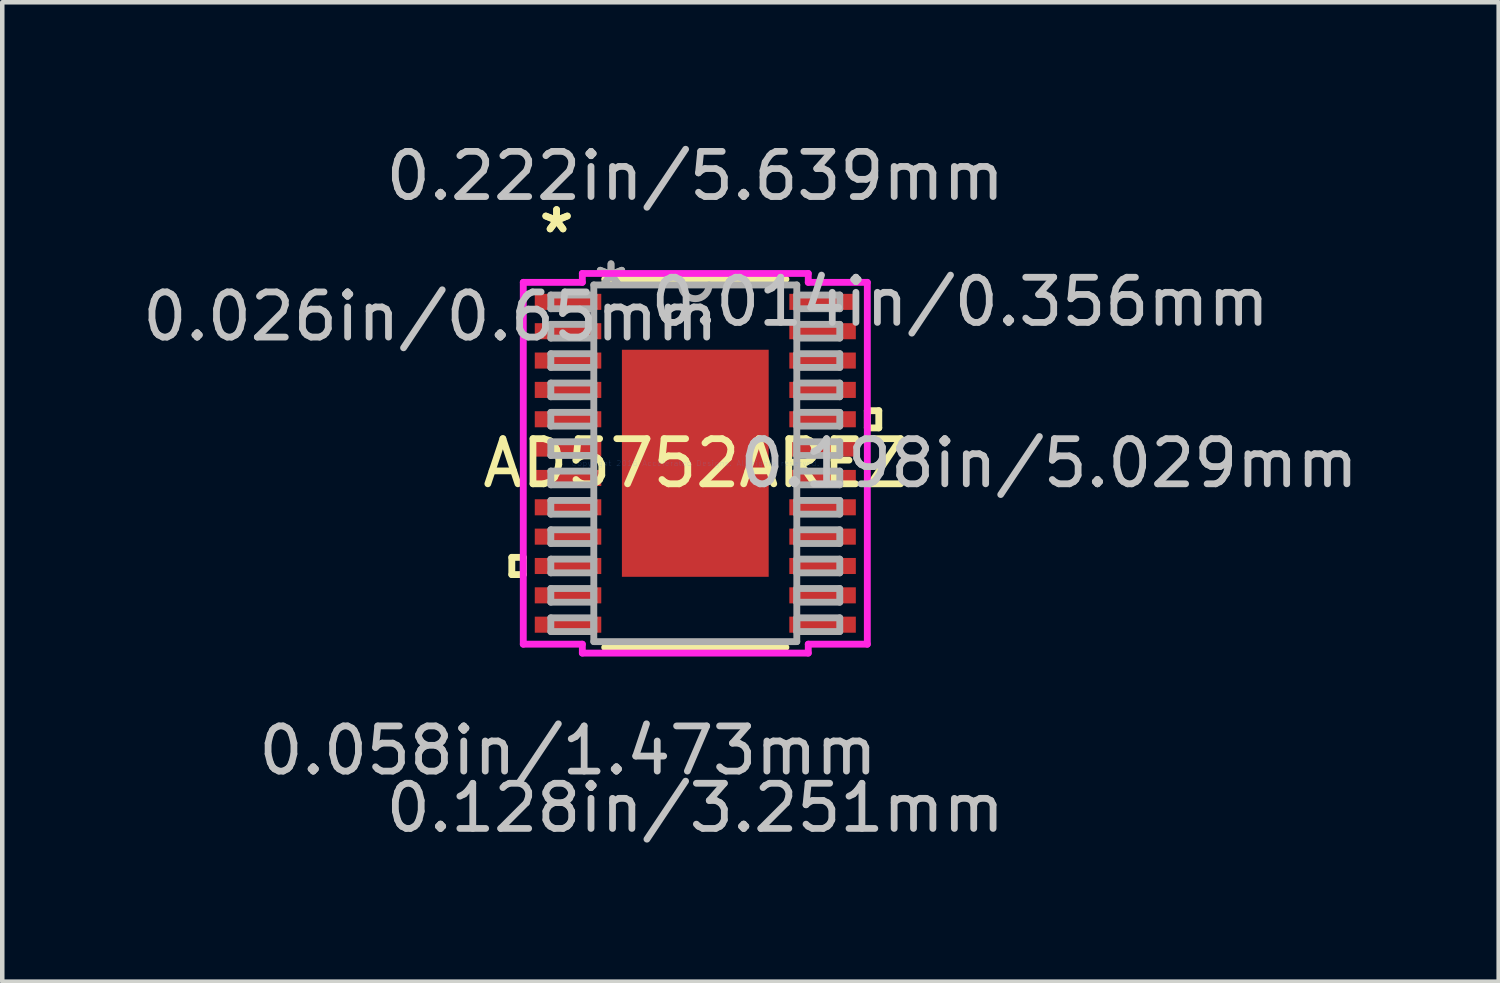
<source format=kicad_pcb>
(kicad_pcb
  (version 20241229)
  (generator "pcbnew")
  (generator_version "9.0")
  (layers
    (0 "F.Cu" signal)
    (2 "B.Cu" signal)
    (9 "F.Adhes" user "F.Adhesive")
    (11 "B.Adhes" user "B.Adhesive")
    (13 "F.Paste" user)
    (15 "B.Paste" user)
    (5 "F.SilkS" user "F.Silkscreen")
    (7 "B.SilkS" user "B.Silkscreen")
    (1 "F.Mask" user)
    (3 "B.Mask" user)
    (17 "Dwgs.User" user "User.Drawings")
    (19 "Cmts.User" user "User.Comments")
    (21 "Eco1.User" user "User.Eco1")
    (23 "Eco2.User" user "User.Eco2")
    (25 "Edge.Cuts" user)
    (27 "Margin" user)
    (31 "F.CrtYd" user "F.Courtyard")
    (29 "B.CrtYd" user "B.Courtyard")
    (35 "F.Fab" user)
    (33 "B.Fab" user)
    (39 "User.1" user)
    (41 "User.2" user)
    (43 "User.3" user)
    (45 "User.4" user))
  (footprint "AD5752AREZ"
    (layer "F.Cu")
    (at 12.35 7.211)
    (property "Reference" "AD5752AREZ" (at 0 0 0) (layer "F.SilkS") (effects (font (size 1 1) (thickness 0.15))))
    (attr through_hole)
    (fp_line (start -4.064 2.084) (end -4.064 2.465) (stroke (width 0.152) (type solid)) (layer "F.SilkS"))
    (fp_line (start -4.064 2.465) (end -3.81 2.465) (stroke (width 0.152) (type solid)) (layer "F.SilkS"))
    (fp_line (start -3.81 2.084) (end -4.064 2.084) (stroke (width 0.152) (type solid)) (layer "F.SilkS"))
    (fp_line (start -3.81 2.465) (end -3.81 2.084) (stroke (width 0.152) (type solid)) (layer "F.SilkS"))
    (fp_line (start -2.007 4.077) (end 2.007 4.077) (stroke (width 0.152) (type solid)) (layer "F.SilkS"))
    (fp_line (start 2.007 -4.077) (end -2.007 -4.077) (stroke (width 0.152) (type solid)) (layer "F.SilkS"))
    (fp_line (start 3.81 -1.165) (end 4.064 -1.165) (stroke (width 0.152) (type solid)) (layer "F.SilkS"))
    (fp_line (start 3.81 -0.784) (end 3.81 -1.165) (stroke (width 0.152) (type solid)) (layer "F.SilkS"))
    (fp_line (start 4.064 -1.165) (end 4.064 -0.784) (stroke (width 0.152) (type solid)) (layer "F.SilkS"))
    (fp_line (start 4.064 -0.784) (end 3.81 -0.784) (stroke (width 0.152) (type solid)) (layer "F.SilkS"))
    (fp_line (start -1.526 -2.415) (end -1.526 -0.938) (stroke (width 0.152) (type solid)) (layer "F.Paste"))
    (fp_line (start -1.526 -0.938) (end -0.1 -0.938) (stroke (width 0.152) (type solid)) (layer "F.Paste"))
    (fp_line (start -1.526 -0.738) (end -1.526 0.738) (stroke (width 0.152) (type solid)) (layer "F.Paste"))
    (fp_line (start -1.526 0.738) (end -0.1 0.738) (stroke (width 0.152) (type solid)) (layer "F.Paste"))
    (fp_line (start -1.526 0.938) (end -1.526 2.415) (stroke (width 0.152) (type solid)) (layer "F.Paste"))
    (fp_line (start -1.526 2.415) (end -0.1 2.415) (stroke (width 0.152) (type solid)) (layer "F.Paste"))
    (fp_line (start -0.1 -2.415) (end -1.526 -2.415) (stroke (width 0.152) (type solid)) (layer "F.Paste"))
    (fp_line (start -0.1 -0.938) (end -0.1 -2.415) (stroke (width 0.152) (type solid)) (layer "F.Paste"))
    (fp_line (start -0.1 -0.738) (end -1.526 -0.738) (stroke (width 0.152) (type solid)) (layer "F.Paste"))
    (fp_line (start -0.1 0.738) (end -0.1 -0.738) (stroke (width 0.152) (type solid)) (layer "F.Paste"))
    (fp_line (start -0.1 0.938) (end -1.526 0.938) (stroke (width 0.152) (type solid)) (layer "F.Paste"))
    (fp_line (start -0.1 2.415) (end -0.1 0.938) (stroke (width 0.152) (type solid)) (layer "F.Paste"))
    (fp_line (start 0.1 -2.415) (end 0.1 -0.938) (stroke (width 0.152) (type solid)) (layer "F.Paste"))
    (fp_line (start 0.1 -0.938) (end 1.526 -0.938) (stroke (width 0.152) (type solid)) (layer "F.Paste"))
    (fp_line (start 0.1 -0.738) (end 0.1 0.738) (stroke (width 0.152) (type solid)) (layer "F.Paste"))
    (fp_line (start 0.1 0.738) (end 1.526 0.738) (stroke (width 0.152) (type solid)) (layer "F.Paste"))
    (fp_line (start 0.1 0.938) (end 0.1 2.415) (stroke (width 0.152) (type solid)) (layer "F.Paste"))
    (fp_line (start 0.1 2.415) (end 1.526 2.415) (stroke (width 0.152) (type solid)) (layer "F.Paste"))
    (fp_line (start 1.526 -2.415) (end 0.1 -2.415) (stroke (width 0.152) (type solid)) (layer "F.Paste"))
    (fp_line (start 1.526 -0.938) (end 1.526 -2.415) (stroke (width 0.152) (type solid)) (layer "F.Paste"))
    (fp_line (start 1.526 -0.738) (end 0.1 -0.738) (stroke (width 0.152) (type solid)) (layer "F.Paste"))
    (fp_line (start 1.526 0.738) (end 1.526 -0.738) (stroke (width 0.152) (type solid)) (layer "F.Paste"))
    (fp_line (start 1.526 0.938) (end 0.1 0.938) (stroke (width 0.152) (type solid)) (layer "F.Paste"))
    (fp_line (start 1.526 2.415) (end 1.526 0.938) (stroke (width 0.152) (type solid)) (layer "F.Paste"))
    (fp_line (start -3.81 -4.007) (end -2.502 -4.007) (stroke (width 0.152) (type solid)) (layer "F.CrtYd"))
    (fp_line (start -3.81 4.007) (end -3.81 -4.007) (stroke (width 0.152) (type solid)) (layer "F.CrtYd"))
    (fp_line (start -2.502 -4.204) (end 2.502 -4.204) (stroke (width 0.152) (type solid)) (layer "F.CrtYd"))
    (fp_line (start -2.502 -4.007) (end -2.502 -4.204) (stroke (width 0.152) (type solid)) (layer "F.CrtYd"))
    (fp_line (start -2.502 4.007) (end -3.81 4.007) (stroke (width 0.152) (type solid)) (layer "F.CrtYd"))
    (fp_line (start -2.502 4.204) (end -2.502 4.007) (stroke (width 0.152) (type solid)) (layer "F.CrtYd"))
    (fp_line (start 2.502 -4.204) (end 2.502 -4.007) (stroke (width 0.152) (type solid)) (layer "F.CrtYd"))
    (fp_line (start 2.502 -4.007) (end 3.81 -4.007) (stroke (width 0.152) (type solid)) (layer "F.CrtYd"))
    (fp_line (start 2.502 4.007) (end 2.502 4.204) (stroke (width 0.152) (type solid)) (layer "F.CrtYd"))
    (fp_line (start 2.502 4.204) (end -2.502 4.204) (stroke (width 0.152) (type solid)) (layer "F.CrtYd"))
    (fp_line (start 3.81 -4.007) (end 3.81 4.007) (stroke (width 0.152) (type solid)) (layer "F.CrtYd"))
    (fp_line (start 3.81 4.007) (end 2.502 4.007) (stroke (width 0.152) (type solid)) (layer "F.CrtYd"))
    (fp_line (start -3.2 -3.727) (end -3.2 -3.423) (stroke (width 0.152) (type solid)) (layer "F.Fab"))
    (fp_line (start -3.2 -3.423) (end -2.248 -3.423) (stroke (width 0.152) (type solid)) (layer "F.Fab"))
    (fp_line (start -3.2 -3.077) (end -3.2 -2.773) (stroke (width 0.152) (type solid)) (layer "F.Fab"))
    (fp_line (start -3.2 -2.773) (end -2.248 -2.773) (stroke (width 0.152) (type solid)) (layer "F.Fab"))
    (fp_line (start -3.2 -2.427) (end -3.2 -2.123) (stroke (width 0.152) (type solid)) (layer "F.Fab"))
    (fp_line (start -3.2 -2.123) (end -2.248 -2.123) (stroke (width 0.152) (type solid)) (layer "F.Fab"))
    (fp_line (start -3.2 -1.777) (end -3.2 -1.473) (stroke (width 0.152) (type solid)) (layer "F.Fab"))
    (fp_line (start -3.2 -1.473) (end -2.248 -1.473) (stroke (width 0.152) (type solid)) (layer "F.Fab"))
    (fp_line (start -3.2 -1.127) (end -3.2 -0.823) (stroke (width 0.152) (type solid)) (layer "F.Fab"))
    (fp_line (start -3.2 -0.823) (end -2.248 -0.823) (stroke (width 0.152) (type solid)) (layer "F.Fab"))
    (fp_line (start -3.2 -0.477) (end -3.2 -0.173) (stroke (width 0.152) (type solid)) (layer "F.Fab"))
    (fp_line (start -3.2 -0.173) (end -2.248 -0.173) (stroke (width 0.152) (type solid)) (layer "F.Fab"))
    (fp_line (start -3.2 0.173) (end -3.2 0.477) (stroke (width 0.152) (type solid)) (layer "F.Fab"))
    (fp_line (start -3.2 0.477) (end -2.248 0.477) (stroke (width 0.152) (type solid)) (layer "F.Fab"))
    (fp_line (start -3.2 0.823) (end -3.2 1.127) (stroke (width 0.152) (type solid)) (layer "F.Fab"))
    (fp_line (start -3.2 1.127) (end -2.248 1.127) (stroke (width 0.152) (type solid)) (layer "F.Fab"))
    (fp_line (start -3.2 1.473) (end -3.2 1.777) (stroke (width 0.152) (type solid)) (layer "F.Fab"))
    (fp_line (start -3.2 1.777) (end -2.248 1.777) (stroke (width 0.152) (type solid)) (layer "F.Fab"))
    (fp_line (start -3.2 2.123) (end -3.2 2.427) (stroke (width 0.152) (type solid)) (layer "F.Fab"))
    (fp_line (start -3.2 2.427) (end -2.248 2.427) (stroke (width 0.152) (type solid)) (layer "F.Fab"))
    (fp_line (start -3.2 2.773) (end -3.2 3.077) (stroke (width 0.152) (type solid)) (layer "F.Fab"))
    (fp_line (start -3.2 3.077) (end -2.248 3.077) (stroke (width 0.152) (type solid)) (layer "F.Fab"))
    (fp_line (start -3.2 3.423) (end -3.2 3.727) (stroke (width 0.152) (type solid)) (layer "F.Fab"))
    (fp_line (start -3.2 3.727) (end -2.248 3.727) (stroke (width 0.152) (type solid)) (layer "F.Fab"))
    (fp_line (start -2.248 -3.95) (end -2.248 3.95) (stroke (width 0.152) (type solid)) (layer "F.Fab"))
    (fp_line (start -2.248 -3.727) (end -3.2 -3.727) (stroke (width 0.152) (type solid)) (layer "F.Fab"))
    (fp_line (start -2.248 -3.423) (end -2.248 -3.727) (stroke (width 0.152) (type solid)) (layer "F.Fab"))
    (fp_line (start -2.248 -3.077) (end -3.2 -3.077) (stroke (width 0.152) (type solid)) (layer "F.Fab"))
    (fp_line (start -2.248 -2.773) (end -2.248 -3.077) (stroke (width 0.152) (type solid)) (layer "F.Fab"))
    (fp_line (start -2.248 -2.427) (end -3.2 -2.427) (stroke (width 0.152) (type solid)) (layer "F.Fab"))
    (fp_line (start -2.248 -2.123) (end -2.248 -2.427) (stroke (width 0.152) (type solid)) (layer "F.Fab"))
    (fp_line (start -2.248 -1.777) (end -3.2 -1.777) (stroke (width 0.152) (type solid)) (layer "F.Fab"))
    (fp_line (start -2.248 -1.473) (end -2.248 -1.777) (stroke (width 0.152) (type solid)) (layer "F.Fab"))
    (fp_line (start -2.248 -1.127) (end -3.2 -1.127) (stroke (width 0.152) (type solid)) (layer "F.Fab"))
    (fp_line (start -2.248 -0.823) (end -2.248 -1.127) (stroke (width 0.152) (type solid)) (layer "F.Fab"))
    (fp_line (start -2.248 -0.477) (end -3.2 -0.477) (stroke (width 0.152) (type solid)) (layer "F.Fab"))
    (fp_line (start -2.248 -0.173) (end -2.248 -0.477) (stroke (width 0.152) (type solid)) (layer "F.Fab"))
    (fp_line (start -2.248 0.173) (end -3.2 0.173) (stroke (width 0.152) (type solid)) (layer "F.Fab"))
    (fp_line (start -2.248 0.477) (end -2.248 0.173) (stroke (width 0.152) (type solid)) (layer "F.Fab"))
    (fp_line (start -2.248 0.823) (end -3.2 0.823) (stroke (width 0.152) (type solid)) (layer "F.Fab"))
    (fp_line (start -2.248 1.127) (end -2.248 0.823) (stroke (width 0.152) (type solid)) (layer "F.Fab"))
    (fp_line (start -2.248 1.473) (end -3.2 1.473) (stroke (width 0.152) (type solid)) (layer "F.Fab"))
    (fp_line (start -2.248 1.777) (end -2.248 1.473) (stroke (width 0.152) (type solid)) (layer "F.Fab"))
    (fp_line (start -2.248 2.123) (end -3.2 2.123) (stroke (width 0.152) (type solid)) (layer "F.Fab"))
    (fp_line (start -2.248 2.427) (end -2.248 2.123) (stroke (width 0.152) (type solid)) (layer "F.Fab"))
    (fp_line (start -2.248 2.773) (end -3.2 2.773) (stroke (width 0.152) (type solid)) (layer "F.Fab"))
    (fp_line (start -2.248 3.077) (end -2.248 2.773) (stroke (width 0.152) (type solid)) (layer "F.Fab"))
    (fp_line (start -2.248 3.423) (end -3.2 3.423) (stroke (width 0.152) (type solid)) (layer "F.Fab"))
    (fp_line (start -2.248 3.727) (end -2.248 3.423) (stroke (width 0.152) (type solid)) (layer "F.Fab"))
    (fp_line (start -2.248 3.95) (end 2.248 3.95) (stroke (width 0.152) (type solid)) (layer "F.Fab"))
    (fp_line (start 2.248 -3.95) (end -2.248 -3.95) (stroke (width 0.152) (type solid)) (layer "F.Fab"))
    (fp_line (start 2.248 -3.727) (end 2.248 -3.423) (stroke (width 0.152) (type solid)) (layer "F.Fab"))
    (fp_line (start 2.248 -3.423) (end 3.2 -3.423) (stroke (width 0.152) (type solid)) (layer "F.Fab"))
    (fp_line (start 2.248 -3.077) (end 2.248 -2.773) (stroke (width 0.152) (type solid)) (layer "F.Fab"))
    (fp_line (start 2.248 -2.773) (end 3.2 -2.773) (stroke (width 0.152) (type solid)) (layer "F.Fab"))
    (fp_line (start 2.248 -2.427) (end 2.248 -2.123) (stroke (width 0.152) (type solid)) (layer "F.Fab"))
    (fp_line (start 2.248 -2.123) (end 3.2 -2.123) (stroke (width 0.152) (type solid)) (layer "F.Fab"))
    (fp_line (start 2.248 -1.777) (end 2.248 -1.473) (stroke (width 0.152) (type solid)) (layer "F.Fab"))
    (fp_line (start 2.248 -1.473) (end 3.2 -1.473) (stroke (width 0.152) (type solid)) (layer "F.Fab"))
    (fp_line (start 2.248 -1.127) (end 2.248 -0.823) (stroke (width 0.152) (type solid)) (layer "F.Fab"))
    (fp_line (start 2.248 -0.823) (end 3.2 -0.823) (stroke (width 0.152) (type solid)) (layer "F.Fab"))
    (fp_line (start 2.248 -0.477) (end 2.248 -0.173) (stroke (width 0.152) (type solid)) (layer "F.Fab"))
    (fp_line (start 2.248 -0.173) (end 3.2 -0.173) (stroke (width 0.152) (type solid)) (layer "F.Fab"))
    (fp_line (start 2.248 0.173) (end 2.248 0.477) (stroke (width 0.152) (type solid)) (layer "F.Fab"))
    (fp_line (start 2.248 0.477) (end 3.2 0.477) (stroke (width 0.152) (type solid)) (layer "F.Fab"))
    (fp_line (start 2.248 0.823) (end 2.248 1.127) (stroke (width 0.152) (type solid)) (layer "F.Fab"))
    (fp_line (start 2.248 1.127) (end 3.2 1.127) (stroke (width 0.152) (type solid)) (layer "F.Fab"))
    (fp_line (start 2.248 1.473) (end 2.248 1.777) (stroke (width 0.152) (type solid)) (layer "F.Fab"))
    (fp_line (start 2.248 1.777) (end 3.2 1.777) (stroke (width 0.152) (type solid)) (layer "F.Fab"))
    (fp_line (start 2.248 2.123) (end 2.248 2.427) (stroke (width 0.152) (type solid)) (layer "F.Fab"))
    (fp_line (start 2.248 2.427) (end 3.2 2.427) (stroke (width 0.152) (type solid)) (layer "F.Fab"))
    (fp_line (start 2.248 2.773) (end 2.248 3.077) (stroke (width 0.152) (type solid)) (layer "F.Fab"))
    (fp_line (start 2.248 3.077) (end 3.2 3.077) (stroke (width 0.152) (type solid)) (layer "F.Fab"))
    (fp_line (start 2.248 3.423) (end 2.248 3.727) (stroke (width 0.152) (type solid)) (layer "F.Fab"))
    (fp_line (start 2.248 3.727) (end 3.2 3.727) (stroke (width 0.152) (type solid)) (layer "F.Fab"))
    (fp_line (start 2.248 3.95) (end 2.248 -3.95) (stroke (width 0.152) (type solid)) (layer "F.Fab"))
    (fp_line (start 3.2 -3.727) (end 2.248 -3.727) (stroke (width 0.152) (type solid)) (layer "F.Fab"))
    (fp_line (start 3.2 -3.423) (end 3.2 -3.727) (stroke (width 0.152) (type solid)) (layer "F.Fab"))
    (fp_line (start 3.2 -3.077) (end 2.248 -3.077) (stroke (width 0.152) (type solid)) (layer "F.Fab"))
    (fp_line (start 3.2 -2.773) (end 3.2 -3.077) (stroke (width 0.152) (type solid)) (layer "F.Fab"))
    (fp_line (start 3.2 -2.427) (end 2.248 -2.427) (stroke (width 0.152) (type solid)) (layer "F.Fab"))
    (fp_line (start 3.2 -2.123) (end 3.2 -2.427) (stroke (width 0.152) (type solid)) (layer "F.Fab"))
    (fp_line (start 3.2 -1.777) (end 2.248 -1.777) (stroke (width 0.152) (type solid)) (layer "F.Fab"))
    (fp_line (start 3.2 -1.473) (end 3.2 -1.777) (stroke (width 0.152) (type solid)) (layer "F.Fab"))
    (fp_line (start 3.2 -1.127) (end 2.248 -1.127) (stroke (width 0.152) (type solid)) (layer "F.Fab"))
    (fp_line (start 3.2 -0.823) (end 3.2 -1.127) (stroke (width 0.152) (type solid)) (layer "F.Fab"))
    (fp_line (start 3.2 -0.477) (end 2.248 -0.477) (stroke (width 0.152) (type solid)) (layer "F.Fab"))
    (fp_line (start 3.2 -0.173) (end 3.2 -0.477) (stroke (width 0.152) (type solid)) (layer "F.Fab"))
    (fp_line (start 3.2 0.173) (end 2.248 0.173) (stroke (width 0.152) (type solid)) (layer "F.Fab"))
    (fp_line (start 3.2 0.477) (end 3.2 0.173) (stroke (width 0.152) (type solid)) (layer "F.Fab"))
    (fp_line (start 3.2 0.823) (end 2.248 0.823) (stroke (width 0.152) (type solid)) (layer "F.Fab"))
    (fp_line (start 3.2 1.127) (end 3.2 0.823) (stroke (width 0.152) (type solid)) (layer "F.Fab"))
    (fp_line (start 3.2 1.473) (end 2.248 1.473) (stroke (width 0.152) (type solid)) (layer "F.Fab"))
    (fp_line (start 3.2 1.777) (end 3.2 1.473) (stroke (width 0.152) (type solid)) (layer "F.Fab"))
    (fp_line (start 3.2 2.123) (end 2.248 2.123) (stroke (width 0.152) (type solid)) (layer "F.Fab"))
    (fp_line (start 3.2 2.427) (end 3.2 2.123) (stroke (width 0.152) (type solid)) (layer "F.Fab"))
    (fp_line (start 3.2 2.773) (end 2.248 2.773) (stroke (width 0.152) (type solid)) (layer "F.Fab"))
    (fp_line (start 3.2 3.077) (end 3.2 2.773) (stroke (width 0.152) (type solid)) (layer "F.Fab"))
    (fp_line (start 3.2 3.423) (end 2.248 3.423) (stroke (width 0.152) (type solid)) (layer "F.Fab"))
    (fp_line (start 3.2 3.727) (end 3.2 3.423) (stroke (width 0.152) (type solid)) (layer "F.Fab"))
    (fp_arc (start 0.3048 -3.9497) (mid 0 -3.6449) (end -0.3048 -3.9497) (stroke (width 0.1524) (type solid)) (layer "F.Fab"))
    (fp_text user "*" (at -3.073 -5.074 0) (layer "F.SilkS") (effects (font (size 1 1) (thickness 0.15))))
    (fp_text user "*" (at -3.073 -5.074 0) (layer "F.SilkS") (effects (font (size 1 1) (thickness 0.15))))
    (fp_text user "0.026in/0.65mm" (at -5.867 -3.25 0) (layer "Dwgs.User") (effects (font (size 1 1) (thickness 0.15))))
    (fp_text user "0.014in/0.356mm" (at 5.867 -3.575 0) (layer "Dwgs.User") (effects (font (size 1 1) (thickness 0.15))))
    (fp_text user "0.222in/5.639mm" (at 0 -6.363 0) (layer "Dwgs.User") (effects (font (size 1 1) (thickness 0.15))))
    (fp_text user "0.058in/1.473mm" (at -2.819 6.363 0) (layer "Dwgs.User") (effects (font (size 1 1) (thickness 0.15))))
    (fp_text user "0.198in/5.029mm" (at 7.836 0 0) (layer "Dwgs.User") (effects (font (size 1 1) (thickness 0.15))))
    (fp_text user "0.128in/3.251mm" (at 0 7.633 0) (layer "Dwgs.User") (effects (font (size 1 1) (thickness 0.15))))
    (fp_text user "Copyright 2016 Accelerated Designs. All rights reserved." (at 0 0 0) (layer "Cmts.User") (effects (font (size 0.127 0.127) (thickness 0.002))))
    (fp_text user "*" (at -1.867 -3.873 0) (layer "F.Fab") (effects (font (size 1 1) (thickness 0.15))))
    (fp_text user "*" (at -1.867 -3.873 0) (layer "F.Fab") (effects (font (size 1 1) (thickness 0.15))))
    (pad "1" smd rect (at -2.819 -3.575) (size 1.473 0.356) (layers "F.Cu" "F.Mask" "F.Paste"))
    (pad "2" smd rect (at -2.819 -2.925) (size 1.473 0.356) (layers "F.Cu" "F.Mask" "F.Paste"))
    (pad "3" smd rect (at -2.819 -2.275) (size 1.473 0.356) (layers "F.Cu" "F.Mask" "F.Paste"))
    (pad "4" smd rect (at -2.819 -1.625) (size 1.473 0.356) (layers "F.Cu" "F.Mask" "F.Paste"))
    (pad "5" smd rect (at -2.819 -0.975) (size 1.473 0.356) (layers "F.Cu" "F.Mask" "F.Paste"))
    (pad "6" smd rect (at -2.819 -0.325) (size 1.473 0.356) (layers "F.Cu" "F.Mask" "F.Paste"))
    (pad "7" smd rect (at -2.819 0.325) (size 1.473 0.356) (layers "F.Cu" "F.Mask" "F.Paste"))
    (pad "8" smd rect (at -2.819 0.975) (size 1.473 0.356) (layers "F.Cu" "F.Mask" "F.Paste"))
    (pad "9" smd rect (at -2.819 1.625) (size 1.473 0.356) (layers "F.Cu" "F.Mask" "F.Paste"))
    (pad "10" smd rect (at -2.819 2.275) (size 1.473 0.356) (layers "F.Cu" "F.Mask" "F.Paste"))
    (pad "11" smd rect (at -2.819 2.925) (size 1.473 0.356) (layers "F.Cu" "F.Mask" "F.Paste"))
    (pad "12" smd rect (at -2.819 3.575) (size 1.473 0.356) (layers "F.Cu" "F.Mask" "F.Paste"))
    (pad "13" smd rect (at 2.819 3.575) (size 1.473 0.356) (layers "F.Cu" "F.Mask" "F.Paste"))
    (pad "14" smd rect (at 2.819 2.925) (size 1.473 0.356) (layers "F.Cu" "F.Mask" "F.Paste"))
    (pad "15" smd rect (at 2.819 2.275) (size 1.473 0.356) (layers "F.Cu" "F.Mask" "F.Paste"))
    (pad "16" smd rect (at 2.819 1.625) (size 1.473 0.356) (layers "F.Cu" "F.Mask" "F.Paste"))
    (pad "17" smd rect (at 2.819 0.975) (size 1.473 0.356) (layers "F.Cu" "F.Mask" "F.Paste"))
    (pad "18" smd rect (at 2.819 0.325) (size 1.473 0.356) (layers "F.Cu" "F.Mask" "F.Paste"))
    (pad "19" smd rect (at 2.819 -0.325) (size 1.473 0.356) (layers "F.Cu" "F.Mask" "F.Paste"))
    (pad "20" smd rect (at 2.819 -0.975) (size 1.473 0.356) (layers "F.Cu" "F.Mask" "F.Paste"))
    (pad "21" smd rect (at 2.819 -1.625) (size 1.473 0.356) (layers "F.Cu" "F.Mask" "F.Paste"))
    (pad "22" smd rect (at 2.819 -2.275) (size 1.473 0.356) (layers "F.Cu" "F.Mask" "F.Paste"))
    (pad "23" smd rect (at 2.819 -2.925) (size 1.473 0.356) (layers "F.Cu" "F.Mask" "F.Paste"))
    (pad "24" smd rect (at 2.819 -3.575) (size 1.473 0.356) (layers "F.Cu" "F.Mask" "F.Paste"))
    (pad "EPAD" smd rect (at 0 0) (size 3.251 5.029) (layers "F.Cu" "F.Mask" "F.Paste")))
  (gr_rect
    (start -3 -3)
    (end 30.144 18.692)
    (stroke (width 0.1) (type default))
    (fill no)
    (layer "Edge.Cuts")))
</source>
